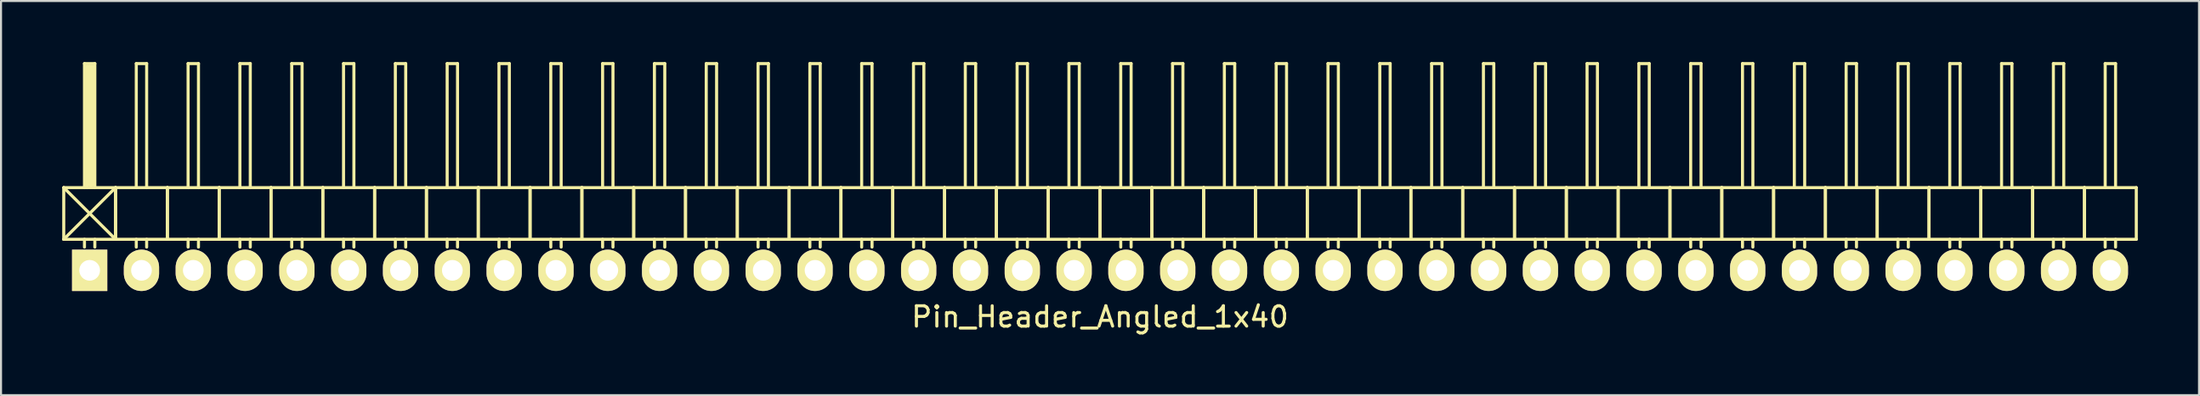
<source format=kicad_pcb>
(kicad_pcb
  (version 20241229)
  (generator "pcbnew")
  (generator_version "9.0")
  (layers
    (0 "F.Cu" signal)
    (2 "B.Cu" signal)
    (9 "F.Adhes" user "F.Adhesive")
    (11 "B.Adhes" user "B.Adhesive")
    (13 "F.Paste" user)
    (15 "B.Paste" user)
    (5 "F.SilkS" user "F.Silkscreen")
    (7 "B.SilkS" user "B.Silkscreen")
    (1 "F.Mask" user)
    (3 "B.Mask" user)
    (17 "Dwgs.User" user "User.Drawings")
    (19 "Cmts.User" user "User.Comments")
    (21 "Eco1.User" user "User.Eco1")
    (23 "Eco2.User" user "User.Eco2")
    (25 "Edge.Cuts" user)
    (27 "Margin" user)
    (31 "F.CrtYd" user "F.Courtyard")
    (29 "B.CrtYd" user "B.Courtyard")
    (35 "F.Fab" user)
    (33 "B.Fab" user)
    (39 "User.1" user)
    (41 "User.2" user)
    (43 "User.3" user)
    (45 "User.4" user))
  (footprint "Pin_Header_Angled_1x40"
    (layer "F.Cu")
    (at 50.875 10.235)
    (property "Reference" "Pin_Header_Angled_1x40" (at 0 2.286 0) (layer "F.SilkS") (effects (font (size 1 1) (thickness 0.15))))
    (attr through_hole)
    (fp_line (start -50.8 -4.064) (end -48.26 -1.524) (stroke (width 0.15) (type solid)) (layer "F.SilkS"))
    (fp_line (start -50.8 -1.524) (end -50.8 -4.064) (stroke (width 0.15) (type solid)) (layer "F.SilkS"))
    (fp_line (start -50.8 -1.524) (end -48.26 -4.064) (stroke (width 0.15) (type solid)) (layer "F.SilkS"))
    (fp_line (start -50.8 -1.524) (end -48.26 -1.524) (stroke (width 0.15) (type solid)) (layer "F.SilkS"))
    (fp_line (start -49.784 -10.16) (end -49.276 -10.16) (stroke (width 0.15) (type solid)) (layer "F.SilkS"))
    (fp_line (start -49.784 -4.064) (end -49.784 -10.16) (stroke (width 0.15) (type solid)) (layer "F.SilkS"))
    (fp_line (start -49.784 -1.524) (end -49.784 -1.143) (stroke (width 0.15) (type solid)) (layer "F.SilkS"))
    (fp_line (start -49.657 -10.033) (end -49.403 -10.033) (stroke (width 0.15) (type solid)) (layer "F.SilkS"))
    (fp_line (start -49.657 -4.064) (end -49.657 -10.033) (stroke (width 0.15) (type solid)) (layer "F.SilkS"))
    (fp_line (start -49.53 -4.191) (end -49.53 -10.033) (stroke (width 0.15) (type solid)) (layer "F.SilkS"))
    (fp_line (start -49.403 -10.033) (end -49.403 -4.191) (stroke (width 0.15) (type solid)) (layer "F.SilkS"))
    (fp_line (start -49.403 -4.191) (end -49.53 -4.191) (stroke (width 0.15) (type solid)) (layer "F.SilkS"))
    (fp_line (start -49.276 -10.16) (end -49.276 -4.064) (stroke (width 0.15) (type solid)) (layer "F.SilkS"))
    (fp_line (start -49.276 -1.524) (end -49.276 -1.143) (stroke (width 0.15) (type solid)) (layer "F.SilkS"))
    (fp_line (start -48.26 -4.064) (end -50.8 -4.064) (stroke (width 0.15) (type solid)) (layer "F.SilkS"))
    (fp_line (start -48.26 -1.524) (end -48.26 -4.064) (stroke (width 0.15) (type solid)) (layer "F.SilkS"))
    (fp_line (start -48.26 -1.524) (end -48.26 -4.064) (stroke (width 0.15) (type solid)) (layer "F.SilkS"))
    (fp_line (start -48.26 -1.524) (end -45.72 -1.524) (stroke (width 0.15) (type solid)) (layer "F.SilkS"))
    (fp_line (start -47.244 -10.16) (end -46.736 -10.16) (stroke (width 0.15) (type solid)) (layer "F.SilkS"))
    (fp_line (start -47.244 -4.064) (end -47.244 -10.16) (stroke (width 0.15) (type solid)) (layer "F.SilkS"))
    (fp_line (start -47.244 -1.524) (end -47.244 -1.143) (stroke (width 0.15) (type solid)) (layer "F.SilkS"))
    (fp_line (start -46.736 -10.16) (end -46.736 -4.064) (stroke (width 0.15) (type solid)) (layer "F.SilkS"))
    (fp_line (start -46.736 -1.524) (end -46.736 -1.143) (stroke (width 0.15) (type solid)) (layer "F.SilkS"))
    (fp_line (start -45.72 -4.064) (end -48.26 -4.064) (stroke (width 0.15) (type solid)) (layer "F.SilkS"))
    (fp_line (start -45.72 -1.524) (end -45.72 -4.064) (stroke (width 0.15) (type solid)) (layer "F.SilkS"))
    (fp_line (start -45.72 -1.524) (end -45.72 -4.064) (stroke (width 0.15) (type solid)) (layer "F.SilkS"))
    (fp_line (start -45.72 -1.524) (end -43.18 -1.524) (stroke (width 0.15) (type solid)) (layer "F.SilkS"))
    (fp_line (start -44.704 -10.16) (end -44.196 -10.16) (stroke (width 0.15) (type solid)) (layer "F.SilkS"))
    (fp_line (start -44.704 -4.064) (end -44.704 -10.16) (stroke (width 0.15) (type solid)) (layer "F.SilkS"))
    (fp_line (start -44.704 -1.524) (end -44.704 -1.143) (stroke (width 0.15) (type solid)) (layer "F.SilkS"))
    (fp_line (start -44.196 -10.16) (end -44.196 -4.064) (stroke (width 0.15) (type solid)) (layer "F.SilkS"))
    (fp_line (start -44.196 -1.524) (end -44.196 -1.143) (stroke (width 0.15) (type solid)) (layer "F.SilkS"))
    (fp_line (start -43.18 -4.064) (end -45.72 -4.064) (stroke (width 0.15) (type solid)) (layer "F.SilkS"))
    (fp_line (start -43.18 -1.524) (end -43.18 -4.064) (stroke (width 0.15) (type solid)) (layer "F.SilkS"))
    (fp_line (start -43.18 -1.524) (end -43.18 -4.064) (stroke (width 0.15) (type solid)) (layer "F.SilkS"))
    (fp_line (start -43.18 -1.524) (end -40.64 -1.524) (stroke (width 0.15) (type solid)) (layer "F.SilkS"))
    (fp_line (start -42.164 -10.16) (end -41.656 -10.16) (stroke (width 0.15) (type solid)) (layer "F.SilkS"))
    (fp_line (start -42.164 -4.064) (end -42.164 -10.16) (stroke (width 0.15) (type solid)) (layer "F.SilkS"))
    (fp_line (start -42.164 -1.524) (end -42.164 -1.143) (stroke (width 0.15) (type solid)) (layer "F.SilkS"))
    (fp_line (start -41.656 -10.16) (end -41.656 -4.064) (stroke (width 0.15) (type solid)) (layer "F.SilkS"))
    (fp_line (start -41.656 -1.524) (end -41.656 -1.143) (stroke (width 0.15) (type solid)) (layer "F.SilkS"))
    (fp_line (start -40.64 -4.064) (end -43.18 -4.064) (stroke (width 0.15) (type solid)) (layer "F.SilkS"))
    (fp_line (start -40.64 -1.524) (end -40.64 -4.064) (stroke (width 0.15) (type solid)) (layer "F.SilkS"))
    (fp_line (start -40.64 -1.524) (end -40.64 -4.064) (stroke (width 0.15) (type solid)) (layer "F.SilkS"))
    (fp_line (start -40.64 -1.524) (end -38.1 -1.524) (stroke (width 0.15) (type solid)) (layer "F.SilkS"))
    (fp_line (start -39.624 -10.16) (end -39.116 -10.16) (stroke (width 0.15) (type solid)) (layer "F.SilkS"))
    (fp_line (start -39.624 -4.064) (end -39.624 -10.16) (stroke (width 0.15) (type solid)) (layer "F.SilkS"))
    (fp_line (start -39.624 -1.524) (end -39.624 -1.143) (stroke (width 0.15) (type solid)) (layer "F.SilkS"))
    (fp_line (start -39.116 -10.16) (end -39.116 -4.064) (stroke (width 0.15) (type solid)) (layer "F.SilkS"))
    (fp_line (start -39.116 -1.524) (end -39.116 -1.143) (stroke (width 0.15) (type solid)) (layer "F.SilkS"))
    (fp_line (start -38.1 -4.064) (end -40.64 -4.064) (stroke (width 0.15) (type solid)) (layer "F.SilkS"))
    (fp_line (start -38.1 -1.524) (end -38.1 -4.064) (stroke (width 0.15) (type solid)) (layer "F.SilkS"))
    (fp_line (start -38.1 -1.524) (end -38.1 -4.064) (stroke (width 0.15) (type solid)) (layer "F.SilkS"))
    (fp_line (start -38.1 -1.524) (end -35.56 -1.524) (stroke (width 0.15) (type solid)) (layer "F.SilkS"))
    (fp_line (start -37.084 -10.16) (end -36.576 -10.16) (stroke (width 0.15) (type solid)) (layer "F.SilkS"))
    (fp_line (start -37.084 -4.064) (end -37.084 -10.16) (stroke (width 0.15) (type solid)) (layer "F.SilkS"))
    (fp_line (start -37.084 -1.524) (end -37.084 -1.143) (stroke (width 0.15) (type solid)) (layer "F.SilkS"))
    (fp_line (start -36.576 -10.16) (end -36.576 -4.064) (stroke (width 0.15) (type solid)) (layer "F.SilkS"))
    (fp_line (start -36.576 -1.524) (end -36.576 -1.143) (stroke (width 0.15) (type solid)) (layer "F.SilkS"))
    (fp_line (start -35.56 -4.064) (end -38.1 -4.064) (stroke (width 0.15) (type solid)) (layer "F.SilkS"))
    (fp_line (start -35.56 -1.524) (end -35.56 -4.064) (stroke (width 0.15) (type solid)) (layer "F.SilkS"))
    (fp_line (start -35.56 -1.524) (end -35.56 -4.064) (stroke (width 0.15) (type solid)) (layer "F.SilkS"))
    (fp_line (start -35.56 -1.524) (end -33.02 -1.524) (stroke (width 0.15) (type solid)) (layer "F.SilkS"))
    (fp_line (start -34.544 -10.16) (end -34.036 -10.16) (stroke (width 0.15) (type solid)) (layer "F.SilkS"))
    (fp_line (start -34.544 -4.064) (end -34.544 -10.16) (stroke (width 0.15) (type solid)) (layer "F.SilkS"))
    (fp_line (start -34.544 -1.524) (end -34.544 -1.143) (stroke (width 0.15) (type solid)) (layer "F.SilkS"))
    (fp_line (start -34.036 -10.16) (end -34.036 -4.064) (stroke (width 0.15) (type solid)) (layer "F.SilkS"))
    (fp_line (start -34.036 -1.524) (end -34.036 -1.143) (stroke (width 0.15) (type solid)) (layer "F.SilkS"))
    (fp_line (start -33.02 -4.064) (end -35.56 -4.064) (stroke (width 0.15) (type solid)) (layer "F.SilkS"))
    (fp_line (start -33.02 -1.524) (end -33.02 -4.064) (stroke (width 0.15) (type solid)) (layer "F.SilkS"))
    (fp_line (start -33.02 -1.524) (end -33.02 -4.064) (stroke (width 0.15) (type solid)) (layer "F.SilkS"))
    (fp_line (start -33.02 -1.524) (end -30.48 -1.524) (stroke (width 0.15) (type solid)) (layer "F.SilkS"))
    (fp_line (start -32.004 -10.16) (end -31.496 -10.16) (stroke (width 0.15) (type solid)) (layer "F.SilkS"))
    (fp_line (start -32.004 -4.064) (end -32.004 -10.16) (stroke (width 0.15) (type solid)) (layer "F.SilkS"))
    (fp_line (start -32.004 -1.524) (end -32.004 -1.143) (stroke (width 0.15) (type solid)) (layer "F.SilkS"))
    (fp_line (start -31.496 -10.16) (end -31.496 -4.064) (stroke (width 0.15) (type solid)) (layer "F.SilkS"))
    (fp_line (start -31.496 -1.524) (end -31.496 -1.143) (stroke (width 0.15) (type solid)) (layer "F.SilkS"))
    (fp_line (start -30.48 -4.064) (end -33.02 -4.064) (stroke (width 0.15) (type solid)) (layer "F.SilkS"))
    (fp_line (start -30.48 -1.524) (end -30.48 -4.064) (stroke (width 0.15) (type solid)) (layer "F.SilkS"))
    (fp_line (start -30.48 -1.524) (end -30.48 -4.064) (stroke (width 0.15) (type solid)) (layer "F.SilkS"))
    (fp_line (start -30.48 -1.524) (end -27.94 -1.524) (stroke (width 0.15) (type solid)) (layer "F.SilkS"))
    (fp_line (start -29.464 -10.16) (end -28.956 -10.16) (stroke (width 0.15) (type solid)) (layer "F.SilkS"))
    (fp_line (start -29.464 -4.064) (end -29.464 -10.16) (stroke (width 0.15) (type solid)) (layer "F.SilkS"))
    (fp_line (start -29.464 -1.524) (end -29.464 -1.143) (stroke (width 0.15) (type solid)) (layer "F.SilkS"))
    (fp_line (start -28.956 -10.16) (end -28.956 -4.064) (stroke (width 0.15) (type solid)) (layer "F.SilkS"))
    (fp_line (start -28.956 -1.524) (end -28.956 -1.143) (stroke (width 0.15) (type solid)) (layer "F.SilkS"))
    (fp_line (start -27.94 -4.064) (end -30.48 -4.064) (stroke (width 0.15) (type solid)) (layer "F.SilkS"))
    (fp_line (start -27.94 -1.524) (end -27.94 -4.064) (stroke (width 0.15) (type solid)) (layer "F.SilkS"))
    (fp_line (start -27.94 -1.524) (end -27.94 -4.064) (stroke (width 0.15) (type solid)) (layer "F.SilkS"))
    (fp_line (start -27.94 -1.524) (end -25.4 -1.524) (stroke (width 0.15) (type solid)) (layer "F.SilkS"))
    (fp_line (start -26.924 -10.16) (end -26.416 -10.16) (stroke (width 0.15) (type solid)) (layer "F.SilkS"))
    (fp_line (start -26.924 -4.064) (end -26.924 -10.16) (stroke (width 0.15) (type solid)) (layer "F.SilkS"))
    (fp_line (start -26.924 -1.524) (end -26.924 -1.143) (stroke (width 0.15) (type solid)) (layer "F.SilkS"))
    (fp_line (start -26.416 -10.16) (end -26.416 -4.064) (stroke (width 0.15) (type solid)) (layer "F.SilkS"))
    (fp_line (start -26.416 -1.524) (end -26.416 -1.143) (stroke (width 0.15) (type solid)) (layer "F.SilkS"))
    (fp_line (start -25.4 -4.064) (end -27.94 -4.064) (stroke (width 0.15) (type solid)) (layer "F.SilkS"))
    (fp_line (start -25.4 -1.524) (end -25.4 -4.064) (stroke (width 0.15) (type solid)) (layer "F.SilkS"))
    (fp_line (start -25.4 -1.524) (end -25.4 -4.064) (stroke (width 0.15) (type solid)) (layer "F.SilkS"))
    (fp_line (start -25.4 -1.524) (end -22.86 -1.524) (stroke (width 0.15) (type solid)) (layer "F.SilkS"))
    (fp_line (start -24.384 -10.16) (end -23.876 -10.16) (stroke (width 0.15) (type solid)) (layer "F.SilkS"))
    (fp_line (start -24.384 -4.064) (end -24.384 -10.16) (stroke (width 0.15) (type solid)) (layer "F.SilkS"))
    (fp_line (start -24.384 -1.524) (end -24.384 -1.143) (stroke (width 0.15) (type solid)) (layer "F.SilkS"))
    (fp_line (start -23.876 -10.16) (end -23.876 -4.064) (stroke (width 0.15) (type solid)) (layer "F.SilkS"))
    (fp_line (start -23.876 -1.524) (end -23.876 -1.143) (stroke (width 0.15) (type solid)) (layer "F.SilkS"))
    (fp_line (start -22.86 -4.064) (end -25.4 -4.064) (stroke (width 0.15) (type solid)) (layer "F.SilkS"))
    (fp_line (start -22.86 -1.524) (end -22.86 -4.064) (stroke (width 0.15) (type solid)) (layer "F.SilkS"))
    (fp_line (start -22.86 -1.524) (end -22.86 -4.064) (stroke (width 0.15) (type solid)) (layer "F.SilkS"))
    (fp_line (start -22.86 -1.524) (end -20.32 -1.524) (stroke (width 0.15) (type solid)) (layer "F.SilkS"))
    (fp_line (start -21.844 -10.16) (end -21.336 -10.16) (stroke (width 0.15) (type solid)) (layer "F.SilkS"))
    (fp_line (start -21.844 -4.064) (end -21.844 -10.16) (stroke (width 0.15) (type solid)) (layer "F.SilkS"))
    (fp_line (start -21.844 -1.524) (end -21.844 -1.143) (stroke (width 0.15) (type solid)) (layer "F.SilkS"))
    (fp_line (start -21.336 -10.16) (end -21.336 -4.064) (stroke (width 0.15) (type solid)) (layer "F.SilkS"))
    (fp_line (start -21.336 -1.524) (end -21.336 -1.143) (stroke (width 0.15) (type solid)) (layer "F.SilkS"))
    (fp_line (start -20.32 -4.064) (end -22.86 -4.064) (stroke (width 0.15) (type solid)) (layer "F.SilkS"))
    (fp_line (start -20.32 -1.524) (end -20.32 -4.064) (stroke (width 0.15) (type solid)) (layer "F.SilkS"))
    (fp_line (start -20.32 -1.524) (end -20.32 -4.064) (stroke (width 0.15) (type solid)) (layer "F.SilkS"))
    (fp_line (start -20.32 -1.524) (end -17.78 -1.524) (stroke (width 0.15) (type solid)) (layer "F.SilkS"))
    (fp_line (start -19.304 -10.16) (end -18.796 -10.16) (stroke (width 0.15) (type solid)) (layer "F.SilkS"))
    (fp_line (start -19.304 -4.064) (end -19.304 -10.16) (stroke (width 0.15) (type solid)) (layer "F.SilkS"))
    (fp_line (start -19.304 -1.524) (end -19.304 -1.143) (stroke (width 0.15) (type solid)) (layer "F.SilkS"))
    (fp_line (start -18.796 -10.16) (end -18.796 -4.064) (stroke (width 0.15) (type solid)) (layer "F.SilkS"))
    (fp_line (start -18.796 -1.524) (end -18.796 -1.143) (stroke (width 0.15) (type solid)) (layer "F.SilkS"))
    (fp_line (start -17.78 -4.064) (end -20.32 -4.064) (stroke (width 0.15) (type solid)) (layer "F.SilkS"))
    (fp_line (start -17.78 -1.524) (end -17.78 -4.064) (stroke (width 0.15) (type solid)) (layer "F.SilkS"))
    (fp_line (start -17.78 -1.524) (end -17.78 -4.064) (stroke (width 0.15) (type solid)) (layer "F.SilkS"))
    (fp_line (start -17.78 -1.524) (end -15.24 -1.524) (stroke (width 0.15) (type solid)) (layer "F.SilkS"))
    (fp_line (start -16.764 -10.16) (end -16.256 -10.16) (stroke (width 0.15) (type solid)) (layer "F.SilkS"))
    (fp_line (start -16.764 -4.064) (end -16.764 -10.16) (stroke (width 0.15) (type solid)) (layer "F.SilkS"))
    (fp_line (start -16.764 -1.524) (end -16.764 -1.143) (stroke (width 0.15) (type solid)) (layer "F.SilkS"))
    (fp_line (start -16.256 -10.16) (end -16.256 -4.064) (stroke (width 0.15) (type solid)) (layer "F.SilkS"))
    (fp_line (start -16.256 -1.524) (end -16.256 -1.143) (stroke (width 0.15) (type solid)) (layer "F.SilkS"))
    (fp_line (start -15.24 -4.064) (end -17.78 -4.064) (stroke (width 0.15) (type solid)) (layer "F.SilkS"))
    (fp_line (start -15.24 -1.524) (end -15.24 -4.064) (stroke (width 0.15) (type solid)) (layer "F.SilkS"))
    (fp_line (start -15.24 -1.524) (end -15.24 -4.064) (stroke (width 0.15) (type solid)) (layer "F.SilkS"))
    (fp_line (start -15.24 -1.524) (end -12.7 -1.524) (stroke (width 0.15) (type solid)) (layer "F.SilkS"))
    (fp_line (start -14.224 -10.16) (end -13.716 -10.16) (stroke (width 0.15) (type solid)) (layer "F.SilkS"))
    (fp_line (start -14.224 -4.064) (end -14.224 -10.16) (stroke (width 0.15) (type solid)) (layer "F.SilkS"))
    (fp_line (start -14.224 -1.524) (end -14.224 -1.143) (stroke (width 0.15) (type solid)) (layer "F.SilkS"))
    (fp_line (start -13.716 -10.16) (end -13.716 -4.064) (stroke (width 0.15) (type solid)) (layer "F.SilkS"))
    (fp_line (start -13.716 -1.524) (end -13.716 -1.143) (stroke (width 0.15) (type solid)) (layer "F.SilkS"))
    (fp_line (start -12.7 -4.064) (end -15.24 -4.064) (stroke (width 0.15) (type solid)) (layer "F.SilkS"))
    (fp_line (start -12.7 -1.524) (end -12.7 -4.064) (stroke (width 0.15) (type solid)) (layer "F.SilkS"))
    (fp_line (start -12.7 -1.524) (end -12.7 -4.064) (stroke (width 0.15) (type solid)) (layer "F.SilkS"))
    (fp_line (start -12.7 -1.524) (end -10.16 -1.524) (stroke (width 0.15) (type solid)) (layer "F.SilkS"))
    (fp_line (start -11.684 -10.16) (end -11.176 -10.16) (stroke (width 0.15) (type solid)) (layer "F.SilkS"))
    (fp_line (start -11.684 -4.064) (end -11.684 -10.16) (stroke (width 0.15) (type solid)) (layer "F.SilkS"))
    (fp_line (start -11.684 -1.524) (end -11.684 -1.143) (stroke (width 0.15) (type solid)) (layer "F.SilkS"))
    (fp_line (start -11.176 -10.16) (end -11.176 -4.064) (stroke (width 0.15) (type solid)) (layer "F.SilkS"))
    (fp_line (start -11.176 -1.524) (end -11.176 -1.143) (stroke (width 0.15) (type solid)) (layer "F.SilkS"))
    (fp_line (start -10.16 -4.064) (end -12.7 -4.064) (stroke (width 0.15) (type solid)) (layer "F.SilkS"))
    (fp_line (start -10.16 -1.524) (end -10.16 -4.064) (stroke (width 0.15) (type solid)) (layer "F.SilkS"))
    (fp_line (start -10.16 -1.524) (end -10.16 -4.064) (stroke (width 0.15) (type solid)) (layer "F.SilkS"))
    (fp_line (start -10.16 -1.524) (end -7.62 -1.524) (stroke (width 0.15) (type solid)) (layer "F.SilkS"))
    (fp_line (start -9.144 -10.16) (end -8.636 -10.16) (stroke (width 0.15) (type solid)) (layer "F.SilkS"))
    (fp_line (start -9.144 -4.064) (end -9.144 -10.16) (stroke (width 0.15) (type solid)) (layer "F.SilkS"))
    (fp_line (start -9.144 -1.524) (end -9.144 -1.143) (stroke (width 0.15) (type solid)) (layer "F.SilkS"))
    (fp_line (start -8.636 -10.16) (end -8.636 -4.064) (stroke (width 0.15) (type solid)) (layer "F.SilkS"))
    (fp_line (start -8.636 -1.524) (end -8.636 -1.143) (stroke (width 0.15) (type solid)) (layer "F.SilkS"))
    (fp_line (start -7.62 -4.064) (end -10.16 -4.064) (stroke (width 0.15) (type solid)) (layer "F.SilkS"))
    (fp_line (start -7.62 -1.524) (end -7.62 -4.064) (stroke (width 0.15) (type solid)) (layer "F.SilkS"))
    (fp_line (start -7.62 -1.524) (end -7.62 -4.064) (stroke (width 0.15) (type solid)) (layer "F.SilkS"))
    (fp_line (start -7.62 -1.524) (end -5.08 -1.524) (stroke (width 0.15) (type solid)) (layer "F.SilkS"))
    (fp_line (start -6.604 -10.16) (end -6.096 -10.16) (stroke (width 0.15) (type solid)) (layer "F.SilkS"))
    (fp_line (start -6.604 -4.064) (end -6.604 -10.16) (stroke (width 0.15) (type solid)) (layer "F.SilkS"))
    (fp_line (start -6.604 -1.524) (end -6.604 -1.143) (stroke (width 0.15) (type solid)) (layer "F.SilkS"))
    (fp_line (start -6.096 -10.16) (end -6.096 -4.064) (stroke (width 0.15) (type solid)) (layer "F.SilkS"))
    (fp_line (start -6.096 -1.524) (end -6.096 -1.143) (stroke (width 0.15) (type solid)) (layer "F.SilkS"))
    (fp_line (start -5.08 -4.064) (end -7.62 -4.064) (stroke (width 0.15) (type solid)) (layer "F.SilkS"))
    (fp_line (start -5.08 -1.524) (end -5.08 -4.064) (stroke (width 0.15) (type solid)) (layer "F.SilkS"))
    (fp_line (start -5.08 -1.524) (end -5.08 -4.064) (stroke (width 0.15) (type solid)) (layer "F.SilkS"))
    (fp_line (start -5.08 -1.524) (end -2.54 -1.524) (stroke (width 0.15) (type solid)) (layer "F.SilkS"))
    (fp_line (start -4.064 -10.16) (end -3.556 -10.16) (stroke (width 0.15) (type solid)) (layer "F.SilkS"))
    (fp_line (start -4.064 -4.064) (end -4.064 -10.16) (stroke (width 0.15) (type solid)) (layer "F.SilkS"))
    (fp_line (start -4.064 -1.524) (end -4.064 -1.143) (stroke (width 0.15) (type solid)) (layer "F.SilkS"))
    (fp_line (start -3.556 -10.16) (end -3.556 -4.064) (stroke (width 0.15) (type solid)) (layer "F.SilkS"))
    (fp_line (start -3.556 -1.524) (end -3.556 -1.143) (stroke (width 0.15) (type solid)) (layer "F.SilkS"))
    (fp_line (start -2.54 -4.064) (end -5.08 -4.064) (stroke (width 0.15) (type solid)) (layer "F.SilkS"))
    (fp_line (start -2.54 -1.524) (end -2.54 -4.064) (stroke (width 0.15) (type solid)) (layer "F.SilkS"))
    (fp_line (start -2.54 -1.524) (end -2.54 -4.064) (stroke (width 0.15) (type solid)) (layer "F.SilkS"))
    (fp_line (start -2.54 -1.524) (end 0 -1.524) (stroke (width 0.15) (type solid)) (layer "F.SilkS"))
    (fp_line (start -1.524 -10.16) (end -1.016 -10.16) (stroke (width 0.15) (type solid)) (layer "F.SilkS"))
    (fp_line (start -1.524 -4.064) (end -1.524 -10.16) (stroke (width 0.15) (type solid)) (layer "F.SilkS"))
    (fp_line (start -1.524 -1.524) (end -1.524 -1.143) (stroke (width 0.15) (type solid)) (layer "F.SilkS"))
    (fp_line (start -1.016 -10.16) (end -1.016 -4.064) (stroke (width 0.15) (type solid)) (layer "F.SilkS"))
    (fp_line (start -1.016 -1.524) (end -1.016 -1.143) (stroke (width 0.15) (type solid)) (layer "F.SilkS"))
    (fp_line (start 0 -4.064) (end -2.54 -4.064) (stroke (width 0.15) (type solid)) (layer "F.SilkS"))
    (fp_line (start 0 -1.524) (end 0 -4.064) (stroke (width 0.15) (type solid)) (layer "F.SilkS"))
    (fp_line (start 0 -1.524) (end 0 -4.064) (stroke (width 0.15) (type solid)) (layer "F.SilkS"))
    (fp_line (start 0 -1.524) (end 2.54 -1.524) (stroke (width 0.15) (type solid)) (layer "F.SilkS"))
    (fp_line (start 1.016 -10.16) (end 1.524 -10.16) (stroke (width 0.15) (type solid)) (layer "F.SilkS"))
    (fp_line (start 1.016 -4.064) (end 1.016 -10.16) (stroke (width 0.15) (type solid)) (layer "F.SilkS"))
    (fp_line (start 1.016 -1.524) (end 1.016 -1.143) (stroke (width 0.15) (type solid)) (layer "F.SilkS"))
    (fp_line (start 1.524 -10.16) (end 1.524 -4.064) (stroke (width 0.15) (type solid)) (layer "F.SilkS"))
    (fp_line (start 1.524 -1.524) (end 1.524 -1.143) (stroke (width 0.15) (type solid)) (layer "F.SilkS"))
    (fp_line (start 2.54 -4.064) (end 0 -4.064) (stroke (width 0.15) (type solid)) (layer "F.SilkS"))
    (fp_line (start 2.54 -1.524) (end 2.54 -4.064) (stroke (width 0.15) (type solid)) (layer "F.SilkS"))
    (fp_line (start 2.54 -1.524) (end 2.54 -4.064) (stroke (width 0.15) (type solid)) (layer "F.SilkS"))
    (fp_line (start 2.54 -1.524) (end 5.08 -1.524) (stroke (width 0.15) (type solid)) (layer "F.SilkS"))
    (fp_line (start 3.556 -10.16) (end 4.064 -10.16) (stroke (width 0.15) (type solid)) (layer "F.SilkS"))
    (fp_line (start 3.556 -4.064) (end 3.556 -10.16) (stroke (width 0.15) (type solid)) (layer "F.SilkS"))
    (fp_line (start 3.556 -1.524) (end 3.556 -1.143) (stroke (width 0.15) (type solid)) (layer "F.SilkS"))
    (fp_line (start 4.064 -10.16) (end 4.064 -4.064) (stroke (width 0.15) (type solid)) (layer "F.SilkS"))
    (fp_line (start 4.064 -1.524) (end 4.064 -1.143) (stroke (width 0.15) (type solid)) (layer "F.SilkS"))
    (fp_line (start 5.08 -4.064) (end 2.54 -4.064) (stroke (width 0.15) (type solid)) (layer "F.SilkS"))
    (fp_line (start 5.08 -1.524) (end 5.08 -4.064) (stroke (width 0.15) (type solid)) (layer "F.SilkS"))
    (fp_line (start 5.08 -1.524) (end 5.08 -4.064) (stroke (width 0.15) (type solid)) (layer "F.SilkS"))
    (fp_line (start 5.08 -1.524) (end 7.62 -1.524) (stroke (width 0.15) (type solid)) (layer "F.SilkS"))
    (fp_line (start 6.096 -10.16) (end 6.604 -10.16) (stroke (width 0.15) (type solid)) (layer "F.SilkS"))
    (fp_line (start 6.096 -4.064) (end 6.096 -10.16) (stroke (width 0.15) (type solid)) (layer "F.SilkS"))
    (fp_line (start 6.096 -1.524) (end 6.096 -1.143) (stroke (width 0.15) (type solid)) (layer "F.SilkS"))
    (fp_line (start 6.604 -10.16) (end 6.604 -4.064) (stroke (width 0.15) (type solid)) (layer "F.SilkS"))
    (fp_line (start 6.604 -1.524) (end 6.604 -1.143) (stroke (width 0.15) (type solid)) (layer "F.SilkS"))
    (fp_line (start 7.62 -4.064) (end 5.08 -4.064) (stroke (width 0.15) (type solid)) (layer "F.SilkS"))
    (fp_line (start 7.62 -1.524) (end 7.62 -4.064) (stroke (width 0.15) (type solid)) (layer "F.SilkS"))
    (fp_line (start 7.62 -1.524) (end 7.62 -4.064) (stroke (width 0.15) (type solid)) (layer "F.SilkS"))
    (fp_line (start 7.62 -1.524) (end 10.16 -1.524) (stroke (width 0.15) (type solid)) (layer "F.SilkS"))
    (fp_line (start 8.636 -10.16) (end 9.144 -10.16) (stroke (width 0.15) (type solid)) (layer "F.SilkS"))
    (fp_line (start 8.636 -4.064) (end 8.636 -10.16) (stroke (width 0.15) (type solid)) (layer "F.SilkS"))
    (fp_line (start 8.636 -1.524) (end 8.636 -1.143) (stroke (width 0.15) (type solid)) (layer "F.SilkS"))
    (fp_line (start 9.144 -10.16) (end 9.144 -4.064) (stroke (width 0.15) (type solid)) (layer "F.SilkS"))
    (fp_line (start 9.144 -1.524) (end 9.144 -1.143) (stroke (width 0.15) (type solid)) (layer "F.SilkS"))
    (fp_line (start 10.16 -4.064) (end 7.62 -4.064) (stroke (width 0.15) (type solid)) (layer "F.SilkS"))
    (fp_line (start 10.16 -1.524) (end 10.16 -4.064) (stroke (width 0.15) (type solid)) (layer "F.SilkS"))
    (fp_line (start 10.16 -1.524) (end 10.16 -4.064) (stroke (width 0.15) (type solid)) (layer "F.SilkS"))
    (fp_line (start 10.16 -1.524) (end 12.7 -1.524) (stroke (width 0.15) (type solid)) (layer "F.SilkS"))
    (fp_line (start 11.176 -10.16) (end 11.684 -10.16) (stroke (width 0.15) (type solid)) (layer "F.SilkS"))
    (fp_line (start 11.176 -4.064) (end 11.176 -10.16) (stroke (width 0.15) (type solid)) (layer "F.SilkS"))
    (fp_line (start 11.176 -1.524) (end 11.176 -1.143) (stroke (width 0.15) (type solid)) (layer "F.SilkS"))
    (fp_line (start 11.684 -10.16) (end 11.684 -4.064) (stroke (width 0.15) (type solid)) (layer "F.SilkS"))
    (fp_line (start 11.684 -1.524) (end 11.684 -1.143) (stroke (width 0.15) (type solid)) (layer "F.SilkS"))
    (fp_line (start 12.7 -4.064) (end 10.16 -4.064) (stroke (width 0.15) (type solid)) (layer "F.SilkS"))
    (fp_line (start 12.7 -1.524) (end 12.7 -4.064) (stroke (width 0.15) (type solid)) (layer "F.SilkS"))
    (fp_line (start 12.7 -1.524) (end 12.7 -4.064) (stroke (width 0.15) (type solid)) (layer "F.SilkS"))
    (fp_line (start 12.7 -1.524) (end 15.24 -1.524) (stroke (width 0.15) (type solid)) (layer "F.SilkS"))
    (fp_line (start 13.716 -10.16) (end 14.224 -10.16) (stroke (width 0.15) (type solid)) (layer "F.SilkS"))
    (fp_line (start 13.716 -4.064) (end 13.716 -10.16) (stroke (width 0.15) (type solid)) (layer "F.SilkS"))
    (fp_line (start 13.716 -1.524) (end 13.716 -1.143) (stroke (width 0.15) (type solid)) (layer "F.SilkS"))
    (fp_line (start 14.224 -10.16) (end 14.224 -4.064) (stroke (width 0.15) (type solid)) (layer "F.SilkS"))
    (fp_line (start 14.224 -1.524) (end 14.224 -1.143) (stroke (width 0.15) (type solid)) (layer "F.SilkS"))
    (fp_line (start 15.24 -4.064) (end 12.7 -4.064) (stroke (width 0.15) (type solid)) (layer "F.SilkS"))
    (fp_line (start 15.24 -1.524) (end 15.24 -4.064) (stroke (width 0.15) (type solid)) (layer "F.SilkS"))
    (fp_line (start 15.24 -1.524) (end 15.24 -4.064) (stroke (width 0.15) (type solid)) (layer "F.SilkS"))
    (fp_line (start 15.24 -1.524) (end 17.78 -1.524) (stroke (width 0.15) (type solid)) (layer "F.SilkS"))
    (fp_line (start 16.256 -10.16) (end 16.764 -10.16) (stroke (width 0.15) (type solid)) (layer "F.SilkS"))
    (fp_line (start 16.256 -4.064) (end 16.256 -10.16) (stroke (width 0.15) (type solid)) (layer "F.SilkS"))
    (fp_line (start 16.256 -1.524) (end 16.256 -1.143) (stroke (width 0.15) (type solid)) (layer "F.SilkS"))
    (fp_line (start 16.764 -10.16) (end 16.764 -4.064) (stroke (width 0.15) (type solid)) (layer "F.SilkS"))
    (fp_line (start 16.764 -1.524) (end 16.764 -1.143) (stroke (width 0.15) (type solid)) (layer "F.SilkS"))
    (fp_line (start 17.78 -4.064) (end 15.24 -4.064) (stroke (width 0.15) (type solid)) (layer "F.SilkS"))
    (fp_line (start 17.78 -1.524) (end 17.78 -4.064) (stroke (width 0.15) (type solid)) (layer "F.SilkS"))
    (fp_line (start 17.78 -1.524) (end 17.78 -4.064) (stroke (width 0.15) (type solid)) (layer "F.SilkS"))
    (fp_line (start 17.78 -1.524) (end 20.32 -1.524) (stroke (width 0.15) (type solid)) (layer "F.SilkS"))
    (fp_line (start 18.796 -10.16) (end 19.304 -10.16) (stroke (width 0.15) (type solid)) (layer "F.SilkS"))
    (fp_line (start 18.796 -4.064) (end 18.796 -10.16) (stroke (width 0.15) (type solid)) (layer "F.SilkS"))
    (fp_line (start 18.796 -1.524) (end 18.796 -1.143) (stroke (width 0.15) (type solid)) (layer "F.SilkS"))
    (fp_line (start 19.304 -10.16) (end 19.304 -4.064) (stroke (width 0.15) (type solid)) (layer "F.SilkS"))
    (fp_line (start 19.304 -1.524) (end 19.304 -1.143) (stroke (width 0.15) (type solid)) (layer "F.SilkS"))
    (fp_line (start 20.32 -4.064) (end 17.78 -4.064) (stroke (width 0.15) (type solid)) (layer "F.SilkS"))
    (fp_line (start 20.32 -1.524) (end 20.32 -4.064) (stroke (width 0.15) (type solid)) (layer "F.SilkS"))
    (fp_line (start 20.32 -1.524) (end 20.32 -4.064) (stroke (width 0.15) (type solid)) (layer "F.SilkS"))
    (fp_line (start 20.32 -1.524) (end 22.86 -1.524) (stroke (width 0.15) (type solid)) (layer "F.SilkS"))
    (fp_line (start 21.336 -10.16) (end 21.844 -10.16) (stroke (width 0.15) (type solid)) (layer "F.SilkS"))
    (fp_line (start 21.336 -4.064) (end 21.336 -10.16) (stroke (width 0.15) (type solid)) (layer "F.SilkS"))
    (fp_line (start 21.336 -1.524) (end 21.336 -1.143) (stroke (width 0.15) (type solid)) (layer "F.SilkS"))
    (fp_line (start 21.844 -10.16) (end 21.844 -4.064) (stroke (width 0.15) (type solid)) (layer "F.SilkS"))
    (fp_line (start 21.844 -1.524) (end 21.844 -1.143) (stroke (width 0.15) (type solid)) (layer "F.SilkS"))
    (fp_line (start 22.86 -4.064) (end 20.32 -4.064) (stroke (width 0.15) (type solid)) (layer "F.SilkS"))
    (fp_line (start 22.86 -1.524) (end 22.86 -4.064) (stroke (width 0.15) (type solid)) (layer "F.SilkS"))
    (fp_line (start 22.86 -1.524) (end 22.86 -4.064) (stroke (width 0.15) (type solid)) (layer "F.SilkS"))
    (fp_line (start 22.86 -1.524) (end 25.4 -1.524) (stroke (width 0.15) (type solid)) (layer "F.SilkS"))
    (fp_line (start 23.876 -10.16) (end 24.384 -10.16) (stroke (width 0.15) (type solid)) (layer "F.SilkS"))
    (fp_line (start 23.876 -4.064) (end 23.876 -10.16) (stroke (width 0.15) (type solid)) (layer "F.SilkS"))
    (fp_line (start 23.876 -1.524) (end 23.876 -1.143) (stroke (width 0.15) (type solid)) (layer "F.SilkS"))
    (fp_line (start 24.384 -10.16) (end 24.384 -4.064) (stroke (width 0.15) (type solid)) (layer "F.SilkS"))
    (fp_line (start 24.384 -1.524) (end 24.384 -1.143) (stroke (width 0.15) (type solid)) (layer "F.SilkS"))
    (fp_line (start 25.4 -4.064) (end 22.86 -4.064) (stroke (width 0.15) (type solid)) (layer "F.SilkS"))
    (fp_line (start 25.4 -1.524) (end 25.4 -4.064) (stroke (width 0.15) (type solid)) (layer "F.SilkS"))
    (fp_line (start 25.4 -1.524) (end 25.4 -4.064) (stroke (width 0.15) (type solid)) (layer "F.SilkS"))
    (fp_line (start 25.4 -1.524) (end 27.94 -1.524) (stroke (width 0.15) (type solid)) (layer "F.SilkS"))
    (fp_line (start 26.416 -10.16) (end 26.924 -10.16) (stroke (width 0.15) (type solid)) (layer "F.SilkS"))
    (fp_line (start 26.416 -4.064) (end 26.416 -10.16) (stroke (width 0.15) (type solid)) (layer "F.SilkS"))
    (fp_line (start 26.416 -1.524) (end 26.416 -1.143) (stroke (width 0.15) (type solid)) (layer "F.SilkS"))
    (fp_line (start 26.924 -10.16) (end 26.924 -4.064) (stroke (width 0.15) (type solid)) (layer "F.SilkS"))
    (fp_line (start 26.924 -1.524) (end 26.924 -1.143) (stroke (width 0.15) (type solid)) (layer "F.SilkS"))
    (fp_line (start 27.94 -4.064) (end 25.4 -4.064) (stroke (width 0.15) (type solid)) (layer "F.SilkS"))
    (fp_line (start 27.94 -1.524) (end 27.94 -4.064) (stroke (width 0.15) (type solid)) (layer "F.SilkS"))
    (fp_line (start 27.94 -1.524) (end 27.94 -4.064) (stroke (width 0.15) (type solid)) (layer "F.SilkS"))
    (fp_line (start 27.94 -1.524) (end 30.48 -1.524) (stroke (width 0.15) (type solid)) (layer "F.SilkS"))
    (fp_line (start 28.956 -10.16) (end 29.464 -10.16) (stroke (width 0.15) (type solid)) (layer "F.SilkS"))
    (fp_line (start 28.956 -4.064) (end 28.956 -10.16) (stroke (width 0.15) (type solid)) (layer "F.SilkS"))
    (fp_line (start 28.956 -1.524) (end 28.956 -1.143) (stroke (width 0.15) (type solid)) (layer "F.SilkS"))
    (fp_line (start 29.464 -10.16) (end 29.464 -4.064) (stroke (width 0.15) (type solid)) (layer "F.SilkS"))
    (fp_line (start 29.464 -1.524) (end 29.464 -1.143) (stroke (width 0.15) (type solid)) (layer "F.SilkS"))
    (fp_line (start 30.48 -4.064) (end 27.94 -4.064) (stroke (width 0.15) (type solid)) (layer "F.SilkS"))
    (fp_line (start 30.48 -1.524) (end 30.48 -4.064) (stroke (width 0.15) (type solid)) (layer "F.SilkS"))
    (fp_line (start 30.48 -1.524) (end 30.48 -4.064) (stroke (width 0.15) (type solid)) (layer "F.SilkS"))
    (fp_line (start 30.48 -1.524) (end 33.02 -1.524) (stroke (width 0.15) (type solid)) (layer "F.SilkS"))
    (fp_line (start 31.496 -10.16) (end 32.004 -10.16) (stroke (width 0.15) (type solid)) (layer "F.SilkS"))
    (fp_line (start 31.496 -4.064) (end 31.496 -10.16) (stroke (width 0.15) (type solid)) (layer "F.SilkS"))
    (fp_line (start 31.496 -1.524) (end 31.496 -1.143) (stroke (width 0.15) (type solid)) (layer "F.SilkS"))
    (fp_line (start 32.004 -10.16) (end 32.004 -4.064) (stroke (width 0.15) (type solid)) (layer "F.SilkS"))
    (fp_line (start 32.004 -1.524) (end 32.004 -1.143) (stroke (width 0.15) (type solid)) (layer "F.SilkS"))
    (fp_line (start 33.02 -4.064) (end 30.48 -4.064) (stroke (width 0.15) (type solid)) (layer "F.SilkS"))
    (fp_line (start 33.02 -1.524) (end 33.02 -4.064) (stroke (width 0.15) (type solid)) (layer "F.SilkS"))
    (fp_line (start 33.02 -1.524) (end 33.02 -4.064) (stroke (width 0.15) (type solid)) (layer "F.SilkS"))
    (fp_line (start 33.02 -1.524) (end 35.56 -1.524) (stroke (width 0.15) (type solid)) (layer "F.SilkS"))
    (fp_line (start 34.036 -10.16) (end 34.544 -10.16) (stroke (width 0.15) (type solid)) (layer "F.SilkS"))
    (fp_line (start 34.036 -4.064) (end 34.036 -10.16) (stroke (width 0.15) (type solid)) (layer "F.SilkS"))
    (fp_line (start 34.036 -1.524) (end 34.036 -1.143) (stroke (width 0.15) (type solid)) (layer "F.SilkS"))
    (fp_line (start 34.544 -10.16) (end 34.544 -4.064) (stroke (width 0.15) (type solid)) (layer "F.SilkS"))
    (fp_line (start 34.544 -1.524) (end 34.544 -1.143) (stroke (width 0.15) (type solid)) (layer "F.SilkS"))
    (fp_line (start 35.56 -4.064) (end 33.02 -4.064) (stroke (width 0.15) (type solid)) (layer "F.SilkS"))
    (fp_line (start 35.56 -1.524) (end 35.56 -4.064) (stroke (width 0.15) (type solid)) (layer "F.SilkS"))
    (fp_line (start 35.56 -1.524) (end 35.56 -4.064) (stroke (width 0.15) (type solid)) (layer "F.SilkS"))
    (fp_line (start 35.56 -1.524) (end 38.1 -1.524) (stroke (width 0.15) (type solid)) (layer "F.SilkS"))
    (fp_line (start 36.576 -10.16) (end 37.084 -10.16) (stroke (width 0.15) (type solid)) (layer "F.SilkS"))
    (fp_line (start 36.576 -4.064) (end 36.576 -10.16) (stroke (width 0.15) (type solid)) (layer "F.SilkS"))
    (fp_line (start 36.576 -1.524) (end 36.576 -1.143) (stroke (width 0.15) (type solid)) (layer "F.SilkS"))
    (fp_line (start 37.084 -10.16) (end 37.084 -4.064) (stroke (width 0.15) (type solid)) (layer "F.SilkS"))
    (fp_line (start 37.084 -1.524) (end 37.084 -1.143) (stroke (width 0.15) (type solid)) (layer "F.SilkS"))
    (fp_line (start 38.1 -4.064) (end 35.56 -4.064) (stroke (width 0.15) (type solid)) (layer "F.SilkS"))
    (fp_line (start 38.1 -1.524) (end 38.1 -4.064) (stroke (width 0.15) (type solid)) (layer "F.SilkS"))
    (fp_line (start 38.1 -1.524) (end 38.1 -4.064) (stroke (width 0.15) (type solid)) (layer "F.SilkS"))
    (fp_line (start 38.1 -1.524) (end 40.64 -1.524) (stroke (width 0.15) (type solid)) (layer "F.SilkS"))
    (fp_line (start 39.116 -10.16) (end 39.624 -10.16) (stroke (width 0.15) (type solid)) (layer "F.SilkS"))
    (fp_line (start 39.116 -4.064) (end 39.116 -10.16) (stroke (width 0.15) (type solid)) (layer "F.SilkS"))
    (fp_line (start 39.116 -1.524) (end 39.116 -1.143) (stroke (width 0.15) (type solid)) (layer "F.SilkS"))
    (fp_line (start 39.624 -10.16) (end 39.624 -4.064) (stroke (width 0.15) (type solid)) (layer "F.SilkS"))
    (fp_line (start 39.624 -1.524) (end 39.624 -1.143) (stroke (width 0.15) (type solid)) (layer "F.SilkS"))
    (fp_line (start 40.64 -4.064) (end 38.1 -4.064) (stroke (width 0.15) (type solid)) (layer "F.SilkS"))
    (fp_line (start 40.64 -1.524) (end 40.64 -4.064) (stroke (width 0.15) (type solid)) (layer "F.SilkS"))
    (fp_line (start 40.64 -1.524) (end 40.64 -4.064) (stroke (width 0.15) (type solid)) (layer "F.SilkS"))
    (fp_line (start 40.64 -1.524) (end 43.18 -1.524) (stroke (width 0.15) (type solid)) (layer "F.SilkS"))
    (fp_line (start 41.656 -10.16) (end 42.164 -10.16) (stroke (width 0.15) (type solid)) (layer "F.SilkS"))
    (fp_line (start 41.656 -4.064) (end 41.656 -10.16) (stroke (width 0.15) (type solid)) (layer "F.SilkS"))
    (fp_line (start 41.656 -1.524) (end 41.656 -1.143) (stroke (width 0.15) (type solid)) (layer "F.SilkS"))
    (fp_line (start 42.164 -10.16) (end 42.164 -4.064) (stroke (width 0.15) (type solid)) (layer "F.SilkS"))
    (fp_line (start 42.164 -1.524) (end 42.164 -1.143) (stroke (width 0.15) (type solid)) (layer "F.SilkS"))
    (fp_line (start 43.18 -4.064) (end 40.64 -4.064) (stroke (width 0.15) (type solid)) (layer "F.SilkS"))
    (fp_line (start 43.18 -1.524) (end 43.18 -4.064) (stroke (width 0.15) (type solid)) (layer "F.SilkS"))
    (fp_line (start 43.18 -1.524) (end 43.18 -4.064) (stroke (width 0.15) (type solid)) (layer "F.SilkS"))
    (fp_line (start 43.18 -1.524) (end 45.72 -1.524) (stroke (width 0.15) (type solid)) (layer "F.SilkS"))
    (fp_line (start 44.196 -10.16) (end 44.704 -10.16) (stroke (width 0.15) (type solid)) (layer "F.SilkS"))
    (fp_line (start 44.196 -4.064) (end 44.196 -10.16) (stroke (width 0.15) (type solid)) (layer "F.SilkS"))
    (fp_line (start 44.196 -1.524) (end 44.196 -1.143) (stroke (width 0.15) (type solid)) (layer "F.SilkS"))
    (fp_line (start 44.704 -10.16) (end 44.704 -4.064) (stroke (width 0.15) (type solid)) (layer "F.SilkS"))
    (fp_line (start 44.704 -1.524) (end 44.704 -1.143) (stroke (width 0.15) (type solid)) (layer "F.SilkS"))
    (fp_line (start 45.72 -4.064) (end 43.18 -4.064) (stroke (width 0.15) (type solid)) (layer "F.SilkS"))
    (fp_line (start 45.72 -1.524) (end 45.72 -4.064) (stroke (width 0.15) (type solid)) (layer "F.SilkS"))
    (fp_line (start 45.72 -1.524) (end 45.72 -4.064) (stroke (width 0.15) (type solid)) (layer "F.SilkS"))
    (fp_line (start 45.72 -1.524) (end 48.26 -1.524) (stroke (width 0.15) (type solid)) (layer "F.SilkS"))
    (fp_line (start 46.736 -10.16) (end 47.244 -10.16) (stroke (width 0.15) (type solid)) (layer "F.SilkS"))
    (fp_line (start 46.736 -4.064) (end 46.736 -10.16) (stroke (width 0.15) (type solid)) (layer "F.SilkS"))
    (fp_line (start 46.736 -1.524) (end 46.736 -1.143) (stroke (width 0.15) (type solid)) (layer "F.SilkS"))
    (fp_line (start 47.244 -10.16) (end 47.244 -4.064) (stroke (width 0.15) (type solid)) (layer "F.SilkS"))
    (fp_line (start 47.244 -1.524) (end 47.244 -1.143) (stroke (width 0.15) (type solid)) (layer "F.SilkS"))
    (fp_line (start 48.26 -4.064) (end 45.72 -4.064) (stroke (width 0.15) (type solid)) (layer "F.SilkS"))
    (fp_line (start 48.26 -1.524) (end 48.26 -4.064) (stroke (width 0.15) (type solid)) (layer "F.SilkS"))
    (fp_line (start 48.26 -1.524) (end 48.26 -4.064) (stroke (width 0.15) (type solid)) (layer "F.SilkS"))
    (fp_line (start 48.26 -1.524) (end 50.8 -1.524) (stroke (width 0.15) (type solid)) (layer "F.SilkS"))
    (fp_line (start 49.276 -10.16) (end 49.784 -10.16) (stroke (width 0.15) (type solid)) (layer "F.SilkS"))
    (fp_line (start 49.276 -4.064) (end 49.276 -10.16) (stroke (width 0.15) (type solid)) (layer "F.SilkS"))
    (fp_line (start 49.276 -1.524) (end 49.276 -1.143) (stroke (width 0.15) (type solid)) (layer "F.SilkS"))
    (fp_line (start 49.784 -10.16) (end 49.784 -4.064) (stroke (width 0.15) (type solid)) (layer "F.SilkS"))
    (fp_line (start 49.784 -1.524) (end 49.784 -1.143) (stroke (width 0.15) (type solid)) (layer "F.SilkS"))
    (fp_line (start 50.8 -4.064) (end 48.26 -4.064) (stroke (width 0.15) (type solid)) (layer "F.SilkS"))
    (fp_line (start 50.8 -1.524) (end 50.8 -4.064) (stroke (width 0.15) (type solid)) (layer "F.SilkS"))
    (pad "1" thru_hole rect (at -49.53 0) (size 1.727 2.032) (drill 1.016) (layers "*.Cu" "*.Mask" "F.SilkS"))
    (pad "2" thru_hole oval (at -46.99 0) (size 1.727 2.032) (drill 1.016) (layers "*.Cu" "*.Mask" "F.SilkS"))
    (pad "3" thru_hole oval (at -44.45 0) (size 1.727 2.032) (drill 1.016) (layers "*.Cu" "*.Mask" "F.SilkS"))
    (pad "4" thru_hole oval (at -41.91 0) (size 1.727 2.032) (drill 1.016) (layers "*.Cu" "*.Mask" "F.SilkS"))
    (pad "5" thru_hole oval (at -39.37 0) (size 1.727 2.032) (drill 1.016) (layers "*.Cu" "*.Mask" "F.SilkS"))
    (pad "6" thru_hole oval (at -36.83 0) (size 1.727 2.032) (drill 1.016) (layers "*.Cu" "*.Mask" "F.SilkS"))
    (pad "7" thru_hole oval (at -34.29 0) (size 1.727 2.032) (drill 1.016) (layers "*.Cu" "*.Mask" "F.SilkS"))
    (pad "8" thru_hole oval (at -31.75 0) (size 1.727 2.032) (drill 1.016) (layers "*.Cu" "*.Mask" "F.SilkS"))
    (pad "9" thru_hole oval (at -29.21 0) (size 1.727 2.032) (drill 1.016) (layers "*.Cu" "*.Mask" "F.SilkS"))
    (pad "10" thru_hole oval (at -26.67 0) (size 1.727 2.032) (drill 1.016) (layers "*.Cu" "*.Mask" "F.SilkS"))
    (pad "11" thru_hole oval (at -24.13 0) (size 1.727 2.032) (drill 1.016) (layers "*.Cu" "*.Mask" "F.SilkS"))
    (pad "12" thru_hole oval (at -21.59 0) (size 1.727 2.032) (drill 1.016) (layers "*.Cu" "*.Mask" "F.SilkS"))
    (pad "13" thru_hole oval (at -19.05 0) (size 1.727 2.032) (drill 1.016) (layers "*.Cu" "*.Mask" "F.SilkS"))
    (pad "14" thru_hole oval (at -16.51 0) (size 1.727 2.032) (drill 1.016) (layers "*.Cu" "*.Mask" "F.SilkS"))
    (pad "15" thru_hole oval (at -13.97 0) (size 1.727 2.032) (drill 1.016) (layers "*.Cu" "*.Mask" "F.SilkS"))
    (pad "16" thru_hole oval (at -11.43 0) (size 1.727 2.032) (drill 1.016) (layers "*.Cu" "*.Mask" "F.SilkS"))
    (pad "17" thru_hole oval (at -8.89 0) (size 1.727 2.032) (drill 1.016) (layers "*.Cu" "*.Mask" "F.SilkS"))
    (pad "18" thru_hole oval (at -6.35 0) (size 1.727 2.032) (drill 1.016) (layers "*.Cu" "*.Mask" "F.SilkS"))
    (pad "19" thru_hole oval (at -3.81 0) (size 1.727 2.032) (drill 1.016) (layers "*.Cu" "*.Mask" "F.SilkS"))
    (pad "20" thru_hole oval (at -1.27 0) (size 1.727 2.032) (drill 1.016) (layers "*.Cu" "*.Mask" "F.SilkS"))
    (pad "21" thru_hole oval (at 1.27 0) (size 1.727 2.032) (drill 1.016) (layers "*.Cu" "*.Mask" "F.SilkS"))
    (pad "22" thru_hole oval (at 3.81 0) (size 1.727 2.032) (drill 1.016) (layers "*.Cu" "*.Mask" "F.SilkS"))
    (pad "23" thru_hole oval (at 6.35 0) (size 1.727 2.032) (drill 1.016) (layers "*.Cu" "*.Mask" "F.SilkS"))
    (pad "24" thru_hole oval (at 8.89 0) (size 1.727 2.032) (drill 1.016) (layers "*.Cu" "*.Mask" "F.SilkS"))
    (pad "25" thru_hole oval (at 11.43 0) (size 1.727 2.032) (drill 1.016) (layers "*.Cu" "*.Mask" "F.SilkS"))
    (pad "26" thru_hole oval (at 13.97 0) (size 1.727 2.032) (drill 1.016) (layers "*.Cu" "*.Mask" "F.SilkS"))
    (pad "27" thru_hole oval (at 16.51 0) (size 1.727 2.032) (drill 1.016) (layers "*.Cu" "*.Mask" "F.SilkS"))
    (pad "28" thru_hole oval (at 19.05 0) (size 1.727 2.032) (drill 1.016) (layers "*.Cu" "*.Mask" "F.SilkS"))
    (pad "29" thru_hole oval (at 21.59 0) (size 1.727 2.032) (drill 1.016) (layers "*.Cu" "*.Mask" "F.SilkS"))
    (pad "30" thru_hole oval (at 24.13 0) (size 1.727 2.032) (drill 1.016) (layers "*.Cu" "*.Mask" "F.SilkS"))
    (pad "31" thru_hole oval (at 26.67 0) (size 1.727 2.032) (drill 1.016) (layers "*.Cu" "*.Mask" "F.SilkS"))
    (pad "32" thru_hole oval (at 29.21 0) (size 1.727 2.032) (drill 1.016) (layers "*.Cu" "*.Mask" "F.SilkS"))
    (pad "33" thru_hole oval (at 31.75 0) (size 1.727 2.032) (drill 1.016) (layers "*.Cu" "*.Mask" "F.SilkS"))
    (pad "34" thru_hole oval (at 34.29 0) (size 1.727 2.032) (drill 1.016) (layers "*.Cu" "*.Mask" "F.SilkS"))
    (pad "35" thru_hole oval (at 36.83 0) (size 1.727 2.032) (drill 1.016) (layers "*.Cu" "*.Mask" "F.SilkS"))
    (pad "36" thru_hole oval (at 39.37 0) (size 1.727 2.032) (drill 1.016) (layers "*.Cu" "*.Mask" "F.SilkS"))
    (pad "37" thru_hole oval (at 41.91 0) (size 1.727 2.032) (drill 1.016) (layers "*.Cu" "*.Mask" "F.SilkS"))
    (pad "38" thru_hole oval (at 44.45 0) (size 1.727 2.032) (drill 1.016) (layers "*.Cu" "*.Mask" "F.SilkS"))
    (pad "39" thru_hole oval (at 46.99 0) (size 1.727 2.032) (drill 1.016) (layers "*.Cu" "*.Mask" "F.SilkS"))
    (pad "40" thru_hole oval (at 49.53 0) (size 1.727 2.032) (drill 1.016) (layers "*.Cu" "*.Mask" "F.SilkS")))
  (gr_rect
    (start -3 -3)
    (end 104.75 16.369)
    (stroke (width 0.1) (type default))
    (fill no)
    (layer "Edge.Cuts")))
</source>
